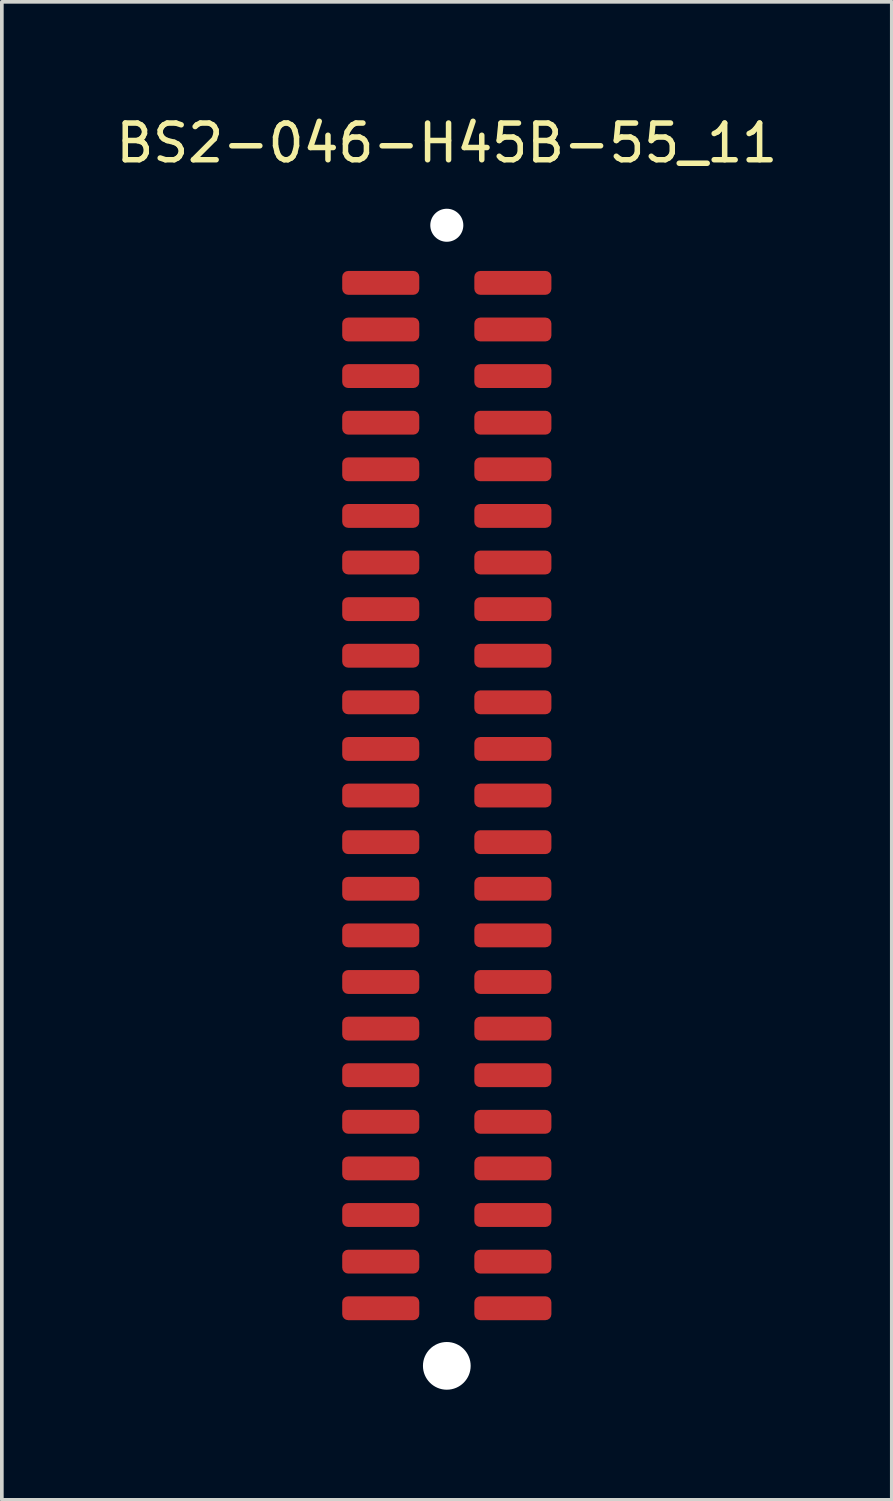
<source format=kicad_pcb>
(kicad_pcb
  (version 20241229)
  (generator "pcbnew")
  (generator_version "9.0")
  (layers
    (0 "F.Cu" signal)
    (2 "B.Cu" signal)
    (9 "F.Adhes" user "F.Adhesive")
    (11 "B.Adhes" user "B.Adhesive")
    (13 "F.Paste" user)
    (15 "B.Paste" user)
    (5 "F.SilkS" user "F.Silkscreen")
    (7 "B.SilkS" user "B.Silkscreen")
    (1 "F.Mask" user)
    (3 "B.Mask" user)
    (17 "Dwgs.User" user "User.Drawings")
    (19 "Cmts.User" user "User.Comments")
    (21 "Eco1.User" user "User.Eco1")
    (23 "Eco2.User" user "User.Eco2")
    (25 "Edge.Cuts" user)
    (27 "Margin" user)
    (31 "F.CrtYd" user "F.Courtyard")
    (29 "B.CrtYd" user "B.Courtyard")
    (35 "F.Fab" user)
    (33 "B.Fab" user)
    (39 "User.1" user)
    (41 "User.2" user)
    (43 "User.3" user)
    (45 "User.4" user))
  (footprint "BS2-046-H45B-55_11"
    (layer "F.Cu")
    (at 9.125 4.658)
    (property "Reference" "BS2-046-H45B-55_11" (at 0 -3.81 0) (layer "F.SilkS") (effects (font (size 1 1) (thickness 0.15))))
    (attr smd)
    (pad "" np_thru_hole circle (at 0 -1.57) (size 0.9 0.9) (drill oval 0.9) (layers "*.Cu" "*.Mask"))
    (pad "" np_thru_hole circle (at 0 29.51) (size 1.3 1.3) (drill oval 1.3) (layers "*.Cu" "*.Mask"))
    (pad "1" smd roundrect (at 1.8 0) (size 2.1 0.65) (layers "F.Cu" "F.Mask" "F.Paste") (roundrect_rratio 0.25))
    (pad "2" smd roundrect (at -1.8 0) (size 2.1 0.65) (layers "F.Cu" "F.Mask" "F.Paste") (roundrect_rratio 0.25))
    (pad "3" smd roundrect (at -1.8 1.27) (size 2.1 0.65) (layers "F.Cu" "F.Mask" "F.Paste") (roundrect_rratio 0.25))
    (pad "4" smd roundrect (at 1.8 1.27) (size 2.1 0.65) (layers "F.Cu" "F.Mask" "F.Paste") (roundrect_rratio 0.25))
    (pad "5" smd roundrect (at -1.8 2.54) (size 2.1 0.65) (layers "F.Cu" "F.Mask" "F.Paste") (roundrect_rratio 0.25))
    (pad "6" smd roundrect (at 1.8 2.54) (size 2.1 0.65) (layers "F.Cu" "F.Mask" "F.Paste") (roundrect_rratio 0.25))
    (pad "7" smd roundrect (at -1.8 3.81) (size 2.1 0.65) (layers "F.Cu" "F.Mask" "F.Paste") (roundrect_rratio 0.25))
    (pad "8" smd roundrect (at 1.8 3.81) (size 2.1 0.65) (layers "F.Cu" "F.Mask" "F.Paste") (roundrect_rratio 0.25))
    (pad "9" smd roundrect (at -1.8 5.08) (size 2.1 0.65) (layers "F.Cu" "F.Mask" "F.Paste") (roundrect_rratio 0.25))
    (pad "10" smd roundrect (at 1.8 5.08) (size 2.1 0.65) (layers "F.Cu" "F.Mask" "F.Paste") (roundrect_rratio 0.25))
    (pad "11" smd roundrect (at -1.8 6.35) (size 2.1 0.65) (layers "F.Cu" "F.Mask" "F.Paste") (roundrect_rratio 0.25))
    (pad "12" smd roundrect (at 1.8 6.35) (size 2.1 0.65) (layers "F.Cu" "F.Mask" "F.Paste") (roundrect_rratio 0.25))
    (pad "13" smd roundrect (at -1.8 7.62) (size 2.1 0.65) (layers "F.Cu" "F.Mask" "F.Paste") (roundrect_rratio 0.25))
    (pad "14" smd roundrect (at 1.8 7.62) (size 2.1 0.65) (layers "F.Cu" "F.Mask" "F.Paste") (roundrect_rratio 0.25))
    (pad "15" smd roundrect (at -1.8 8.89) (size 2.1 0.65) (layers "F.Cu" "F.Mask" "F.Paste") (roundrect_rratio 0.25))
    (pad "16" smd roundrect (at 1.8 8.89) (size 2.1 0.65) (layers "F.Cu" "F.Mask" "F.Paste") (roundrect_rratio 0.25))
    (pad "17" smd roundrect (at -1.8 10.16) (size 2.1 0.65) (layers "F.Cu" "F.Mask" "F.Paste") (roundrect_rratio 0.25))
    (pad "18" smd roundrect (at 1.8 10.16) (size 2.1 0.65) (layers "F.Cu" "F.Mask" "F.Paste") (roundrect_rratio 0.25))
    (pad "19" smd roundrect (at -1.8 11.43) (size 2.1 0.65) (layers "F.Cu" "F.Mask" "F.Paste") (roundrect_rratio 0.25))
    (pad "20" smd roundrect (at 1.8 11.43) (size 2.1 0.65) (layers "F.Cu" "F.Mask" "F.Paste") (roundrect_rratio 0.25))
    (pad "21" smd roundrect (at -1.8 12.7) (size 2.1 0.65) (layers "F.Cu" "F.Mask" "F.Paste") (roundrect_rratio 0.25))
    (pad "22" smd roundrect (at 1.8 12.7) (size 2.1 0.65) (layers "F.Cu" "F.Mask" "F.Paste") (roundrect_rratio 0.25))
    (pad "23" smd roundrect (at -1.8 13.97) (size 2.1 0.65) (layers "F.Cu" "F.Mask" "F.Paste") (roundrect_rratio 0.25))
    (pad "24" smd roundrect (at 1.8 13.97) (size 2.1 0.65) (layers "F.Cu" "F.Mask" "F.Paste") (roundrect_rratio 0.25))
    (pad "25" smd roundrect (at -1.8 15.24) (size 2.1 0.65) (layers "F.Cu" "F.Mask" "F.Paste") (roundrect_rratio 0.25))
    (pad "26" smd roundrect (at 1.8 15.24) (size 2.1 0.65) (layers "F.Cu" "F.Mask" "F.Paste") (roundrect_rratio 0.25))
    (pad "27" smd roundrect (at -1.8 16.51) (size 2.1 0.65) (layers "F.Cu" "F.Mask" "F.Paste") (roundrect_rratio 0.25))
    (pad "28" smd roundrect (at 1.8 16.51) (size 2.1 0.65) (layers "F.Cu" "F.Mask" "F.Paste") (roundrect_rratio 0.25))
    (pad "29" smd roundrect (at -1.8 17.78) (size 2.1 0.65) (layers "F.Cu" "F.Mask" "F.Paste") (roundrect_rratio 0.25))
    (pad "30" smd roundrect (at 1.8 17.78) (size 2.1 0.65) (layers "F.Cu" "F.Mask" "F.Paste") (roundrect_rratio 0.25))
    (pad "31" smd roundrect (at -1.8 19.05) (size 2.1 0.65) (layers "F.Cu" "F.Mask" "F.Paste") (roundrect_rratio 0.25))
    (pad "32" smd roundrect (at 1.8 19.05) (size 2.1 0.65) (layers "F.Cu" "F.Mask" "F.Paste") (roundrect_rratio 0.25))
    (pad "33" smd roundrect (at -1.8 20.32) (size 2.1 0.65) (layers "F.Cu" "F.Mask" "F.Paste") (roundrect_rratio 0.25))
    (pad "34" smd roundrect (at 1.8 20.32) (size 2.1 0.65) (layers "F.Cu" "F.Mask" "F.Paste") (roundrect_rratio 0.25))
    (pad "35" smd roundrect (at -1.8 21.59) (size 2.1 0.65) (layers "F.Cu" "F.Mask" "F.Paste") (roundrect_rratio 0.25))
    (pad "36" smd roundrect (at 1.8 21.59) (size 2.1 0.65) (layers "F.Cu" "F.Mask" "F.Paste") (roundrect_rratio 0.25))
    (pad "37" smd roundrect (at -1.8 22.86) (size 2.1 0.65) (layers "F.Cu" "F.Mask" "F.Paste") (roundrect_rratio 0.25))
    (pad "38" smd roundrect (at 1.8 22.86) (size 2.1 0.65) (layers "F.Cu" "F.Mask" "F.Paste") (roundrect_rratio 0.25))
    (pad "39" smd roundrect (at -1.8 24.13) (size 2.1 0.65) (layers "F.Cu" "F.Mask" "F.Paste") (roundrect_rratio 0.25))
    (pad "40" smd roundrect (at 1.8 24.13) (size 2.1 0.65) (layers "F.Cu" "F.Mask" "F.Paste") (roundrect_rratio 0.25))
    (pad "41" smd roundrect (at -1.8 25.4) (size 2.1 0.65) (layers "F.Cu" "F.Mask" "F.Paste") (roundrect_rratio 0.25))
    (pad "42" smd roundrect (at 1.8 25.4) (size 2.1 0.65) (layers "F.Cu" "F.Mask" "F.Paste") (roundrect_rratio 0.25))
    (pad "43" smd roundrect (at -1.8 26.67) (size 2.1 0.65) (layers "F.Cu" "F.Mask" "F.Paste") (roundrect_rratio 0.25))
    (pad "44" smd roundrect (at 1.8 26.67) (size 2.1 0.65) (layers "F.Cu" "F.Mask" "F.Paste") (roundrect_rratio 0.25))
    (pad "45" smd roundrect (at -1.8 27.94) (size 2.1 0.65) (layers "F.Cu" "F.Mask" "F.Paste") (roundrect_rratio 0.25))
    (pad "46" smd roundrect (at 1.8 27.94) (size 2.1 0.65) (layers "F.Cu" "F.Mask" "F.Paste") (roundrect_rratio 0.25)))
  (gr_rect
    (start -3 -3)
    (end 21.25 37.818)
    (stroke (width 0.1) (type default))
    (fill no)
    (layer "Edge.Cuts")))
</source>
